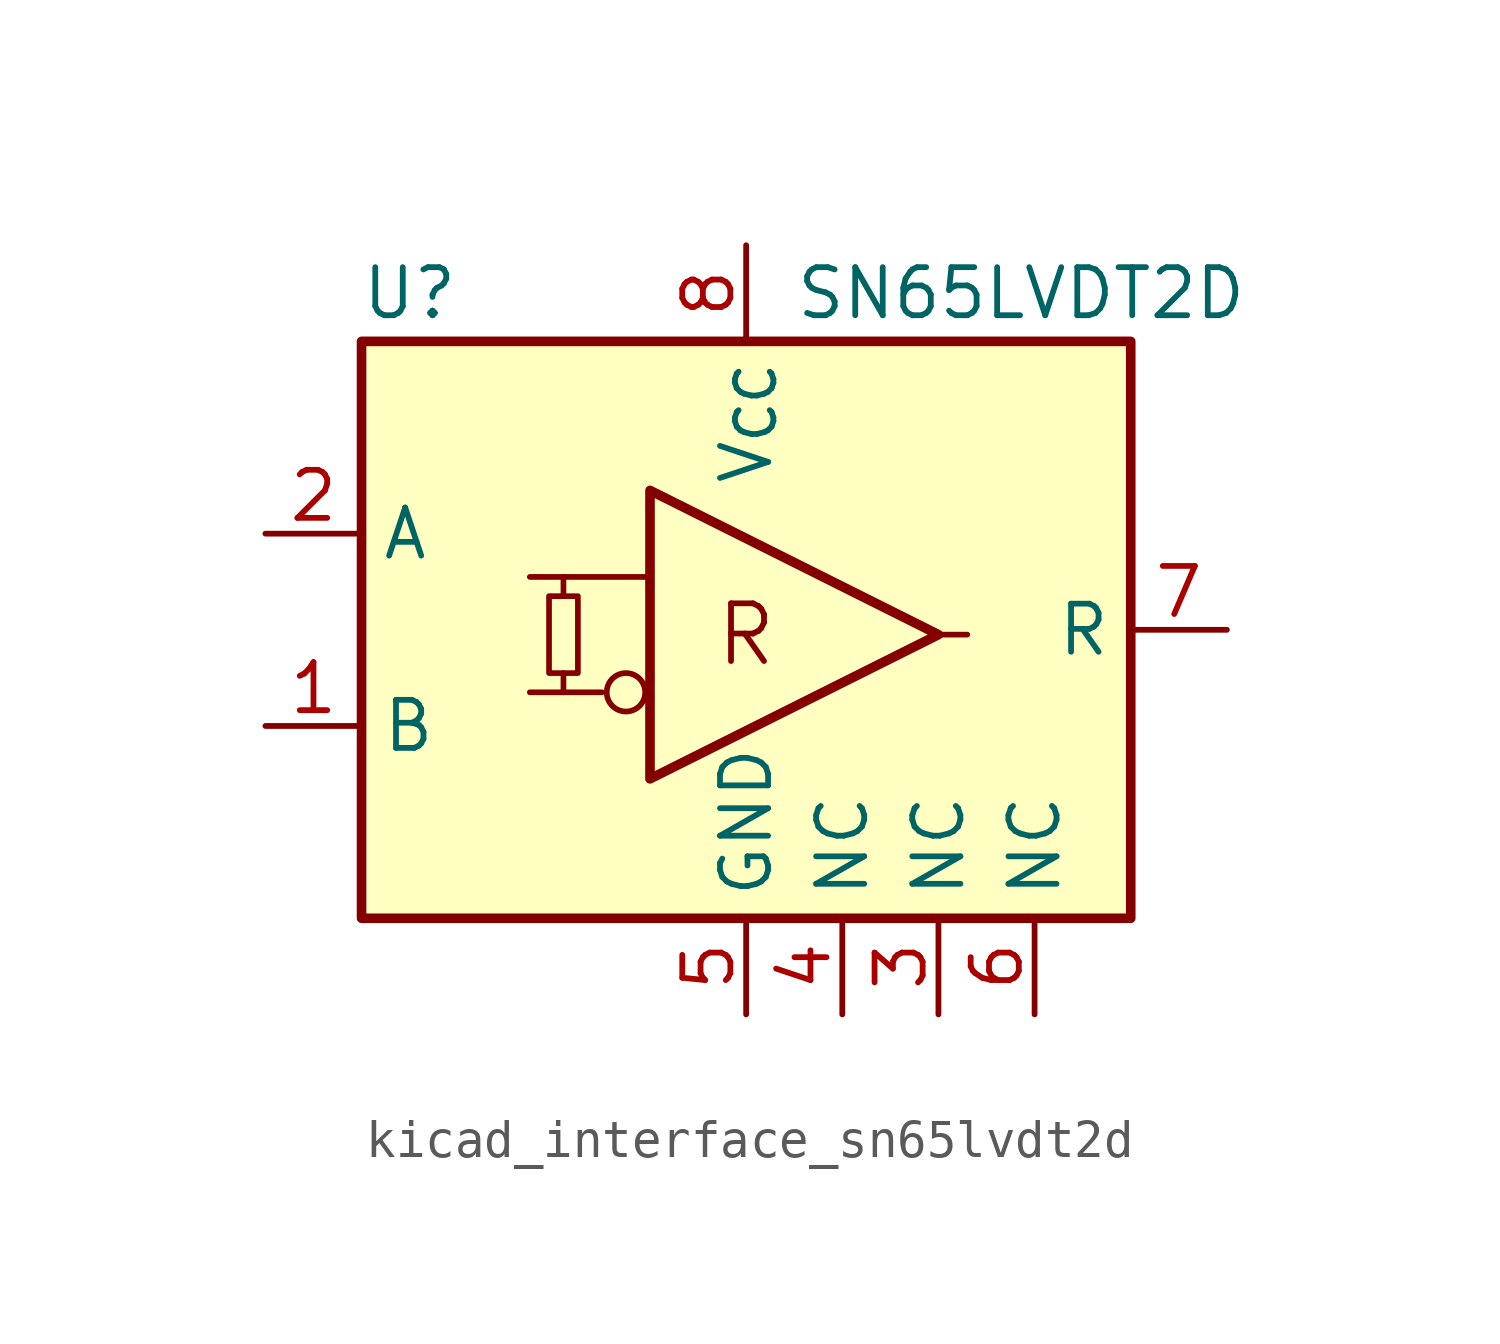
<source format=kicad_sym>
(kicad_symbol_lib
  (version 20220914)
  (generator kicad_symbol_editor)
  (symbol "kicad_interface_sn65lvdt2d"
    (property "Reference" "U"
      (at -8.89 8.89 0)
      (effects (font (size 1.27 1.27))))
    (property "Value" "SN65LVDT2D"
      (at 1.27 8.89 0)
      (effects (font (size 1.27 1.27)) (justify left)))
    (symbol "kicad_interface_sn65lvdt2d_0_1"
      (rectangle (start -5.207 0.889) (end -4.445 -1.143) (stroke (width 0.15) (type default) (color 0 0 0 0)) (fill (type background)))
      (polyline (pts (xy -4.826 -1.143) (xy -4.826 -1.651)) (stroke (width 0.15) (type default) (color 0 0 0 0)) (fill (type none)))
      (polyline (pts (xy -4.826 1.397) (xy -4.826 0.889)) (stroke (width 0.15) (type default) (color 0 0 0 0)) (fill (type none))))
    (symbol "kicad_interface_sn65lvdt2d_1_0"
      (rectangle (start -10.16 7.62) (end 10.16 -7.62) (stroke (width 0.254) (type default) (color 0 0 0 0)) (fill (type background)))
      (circle (center -3.175 -1.651) (radius 0.508) (stroke (width 0.15) (type default) (color 0 0 0 0)) (fill (type none)))
      (text "R" (at 0 -0.127 0) (effects (font (size 1.524 1.524)))))
    (symbol "kicad_interface_sn65lvdt2d_1_1"
      (polyline (pts (xy -5.715 -1.651) (xy -3.81 -1.651)) (stroke (width 0.15) (type default) (color 0 0 0 0)) (fill (type none)))
      (polyline (pts (xy -5.715 1.397) (xy -2.667 1.397)) (stroke (width 0.15) (type default) (color 0 0 0 0)) (fill (type none)))
      (polyline (pts (xy 5.842 -0.127) (xy 5.08 -0.127)) (stroke (width 0.15) (type default) (color 0 0 0 0)) (fill (type none)))
      (polyline (pts (xy -2.54 -3.937) (xy -2.54 3.683) (xy 5.08 -0.127) (xy -2.54 -3.937)) (stroke (width 0.254) (type default) (color 0 0 0 0)) (fill (type none)))
      (pin input line (at -12.7 -2.54 0) (length 2.54) (name "B" (effects (font (size 1.27 1.27)))) (number "1" (effects (font (size 1.27 1.27)))))
      (pin input line (at -12.7 2.54 0) (length 2.54) (name "A" (effects (font (size 1.27 1.27)))) (number "2" (effects (font (size 1.27 1.27)))))
      (pin passive line (at 5.08 -10.16 90) (length 2.54) (name "NC" (effects (font (size 1.27 1.27)))) (number "3" (effects (font (size 1.27 1.27)))))
      (pin passive line (at 2.54 -10.16 90) (length 2.54) (name "NC" (effects (font (size 1.27 1.27)))) (number "4" (effects (font (size 1.27 1.27)))))
      (pin power_in line (at 0 -10.16 90) (length 2.54) (name "GND" (effects (font (size 1.27 1.27)))) (number "5" (effects (font (size 1.27 1.27)))))
      (pin passive line (at 7.62 -10.16 90) (length 2.54) (name "NC" (effects (font (size 1.27 1.27)))) (number "6" (effects (font (size 1.27 1.27)))))
      (pin output line (at 12.7 0 180) (length 2.54) (name "R" (effects (font (size 1.27 1.27)))) (number "7" (effects (font (size 1.27 1.27)))))
      (pin power_in line (at 0 10.16 270) (length 2.54) (name "V_{CC}" (effects (font (size 1.27 1.27)))) (number "8" (effects (font (size 1.27 1.27))))))))
</source>
